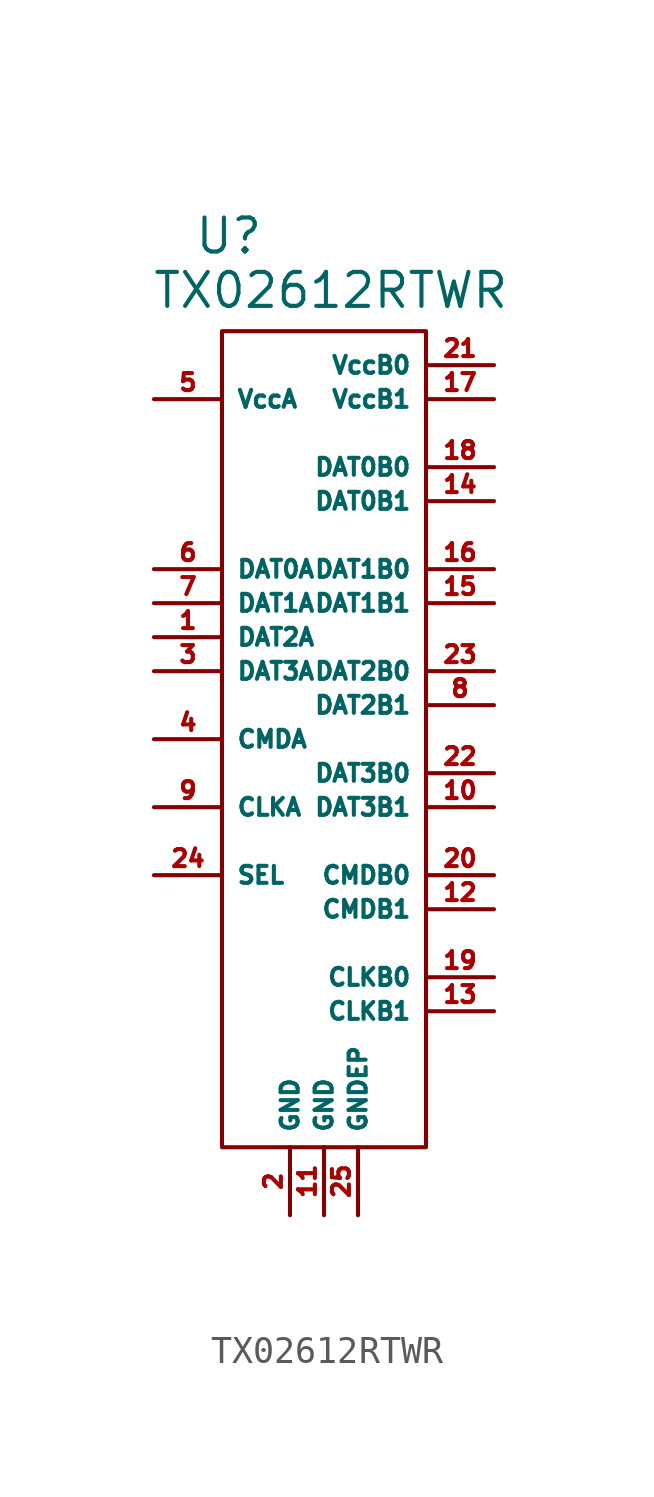
<source format=kicad_sym>
(kicad_symbol_lib
  (version 20231120)
  (generator "kicad_symbol_editor")
  (generator_version "8.0")
  (symbol "TX02612RTWR"
    (property "Reference" "U"
      (at -3.556 25.146 0)
      (effects (font (size 1.27 1.27))))
    (property "Value" "TX02612RTWR"
      (at 0.254 23.114 0)
      (effects (font (size 1.27 1.27))))
    (symbol "TX02612RTWR_0_1"
      (rectangle (start -3.81 21.59) (end 3.81 -8.89) (stroke (width 0) (type default)) (fill (type none))))
    (symbol "TX02612RTWR_1_1"
      (pin bidirectional line (at -6.35 10.16 0) (length 2.54) (name "DAT2A" (effects (font (size 0.635 0.635)))) (number "1" (effects (font (size 0.635 0.635)))))
      (pin bidirectional line (at 6.35 3.81 180) (length 2.54) (name "DAT3B1" (effects (font (size 0.635 0.635)))) (number "10" (effects (font (size 0.635 0.635)))))
      (pin power_in line (at 0 -11.43 90) (length 2.54) (name "GND" (effects (font (size 0.635 0.635)))) (number "11" (effects (font (size 0.635 0.635)))))
      (pin bidirectional line (at 6.35 0 180) (length 2.54) (name "CMDB1" (effects (font (size 0.635 0.635)))) (number "12" (effects (font (size 0.635 0.635)))))
      (pin bidirectional line (at 6.35 -3.81 180) (length 2.54) (name "CLKB1" (effects (font (size 0.635 0.635)))) (number "13" (effects (font (size 0.635 0.635)))))
      (pin bidirectional line (at 6.35 15.24 180) (length 2.54) (name "DAT0B1" (effects (font (size 0.635 0.635)))) (number "14" (effects (font (size 0.635 0.635)))))
      (pin bidirectional line (at 6.35 11.43 180) (length 2.54) (name "DAT1B1" (effects (font (size 0.635 0.635)))) (number "15" (effects (font (size 0.635 0.635)))))
      (pin bidirectional line (at 6.35 12.7 180) (length 2.54) (name "DAT1B0" (effects (font (size 0.635 0.635)))) (number "16" (effects (font (size 0.635 0.635)))))
      (pin power_in line (at 6.35 19.05 180) (length 2.54) (name "VccB1" (effects (font (size 0.635 0.635)))) (number "17" (effects (font (size 0.635 0.635)))))
      (pin bidirectional line (at 6.35 16.51 180) (length 2.54) (name "DAT0B0" (effects (font (size 0.635 0.635)))) (number "18" (effects (font (size 0.635 0.635)))))
      (pin bidirectional line (at 6.35 -2.54 180) (length 2.54) (name "CLKB0" (effects (font (size 0.635 0.635)))) (number "19" (effects (font (size 0.635 0.635)))))
      (pin power_in line (at -1.27 -11.43 90) (length 2.54) (name "GND" (effects (font (size 0.635 0.635)))) (number "2" (effects (font (size 0.635 0.635)))))
      (pin bidirectional line (at 6.35 1.27 180) (length 2.54) (name "CMDB0" (effects (font (size 0.635 0.635)))) (number "20" (effects (font (size 0.635 0.635)))))
      (pin power_in line (at 6.35 20.32 180) (length 2.54) (name "VccB0" (effects (font (size 0.635 0.635)))) (number "21" (effects (font (size 0.635 0.635)))))
      (pin bidirectional line (at 6.35 5.08 180) (length 2.54) (name "DAT3B0" (effects (font (size 0.635 0.635)))) (number "22" (effects (font (size 0.635 0.635)))))
      (pin bidirectional line (at 6.35 8.89 180) (length 2.54) (name "DAT2B0" (effects (font (size 0.635 0.635)))) (number "23" (effects (font (size 0.635 0.635)))))
      (pin input line (at -6.35 1.27 0) (length 2.54) (name "SEL" (effects (font (size 0.635 0.635)))) (number "24" (effects (font (size 0.635 0.635)))))
      (pin power_in line (at 1.27 -11.43 90) (length 2.54) (name "GNDEP" (effects (font (size 0.635 0.635)))) (number "25" (effects (font (size 0.635 0.635)))))
      (pin bidirectional line (at -6.35 8.89 0) (length 2.54) (name "DAT3A" (effects (font (size 0.635 0.635)))) (number "3" (effects (font (size 0.635 0.635)))))
      (pin bidirectional line (at -6.35 6.35 0) (length 2.54) (name "CMDA" (effects (font (size 0.635 0.635)))) (number "4" (effects (font (size 0.635 0.635)))))
      (pin power_in line (at -6.35 19.05 0) (length 2.54) (name "VccA" (effects (font (size 0.635 0.635)))) (number "5" (effects (font (size 0.635 0.635)))))
      (pin bidirectional line (at -6.35 12.7 0) (length 2.54) (name "DAT0A" (effects (font (size 0.635 0.635)))) (number "6" (effects (font (size 0.635 0.635)))))
      (pin bidirectional line (at -6.35 11.43 0) (length 2.54) (name "DAT1A" (effects (font (size 0.635 0.635)))) (number "7" (effects (font (size 0.635 0.635)))))
      (pin bidirectional line (at 6.35 7.62 180) (length 2.54) (name "DAT2B1" (effects (font (size 0.635 0.635)))) (number "8" (effects (font (size 0.635 0.635)))))
      (pin input line (at -6.35 3.81 0) (length 2.54) (name "CLKA" (effects (font (size 0.635 0.635)))) (number "9" (effects (font (size 0.635 0.635))))))))
</source>
